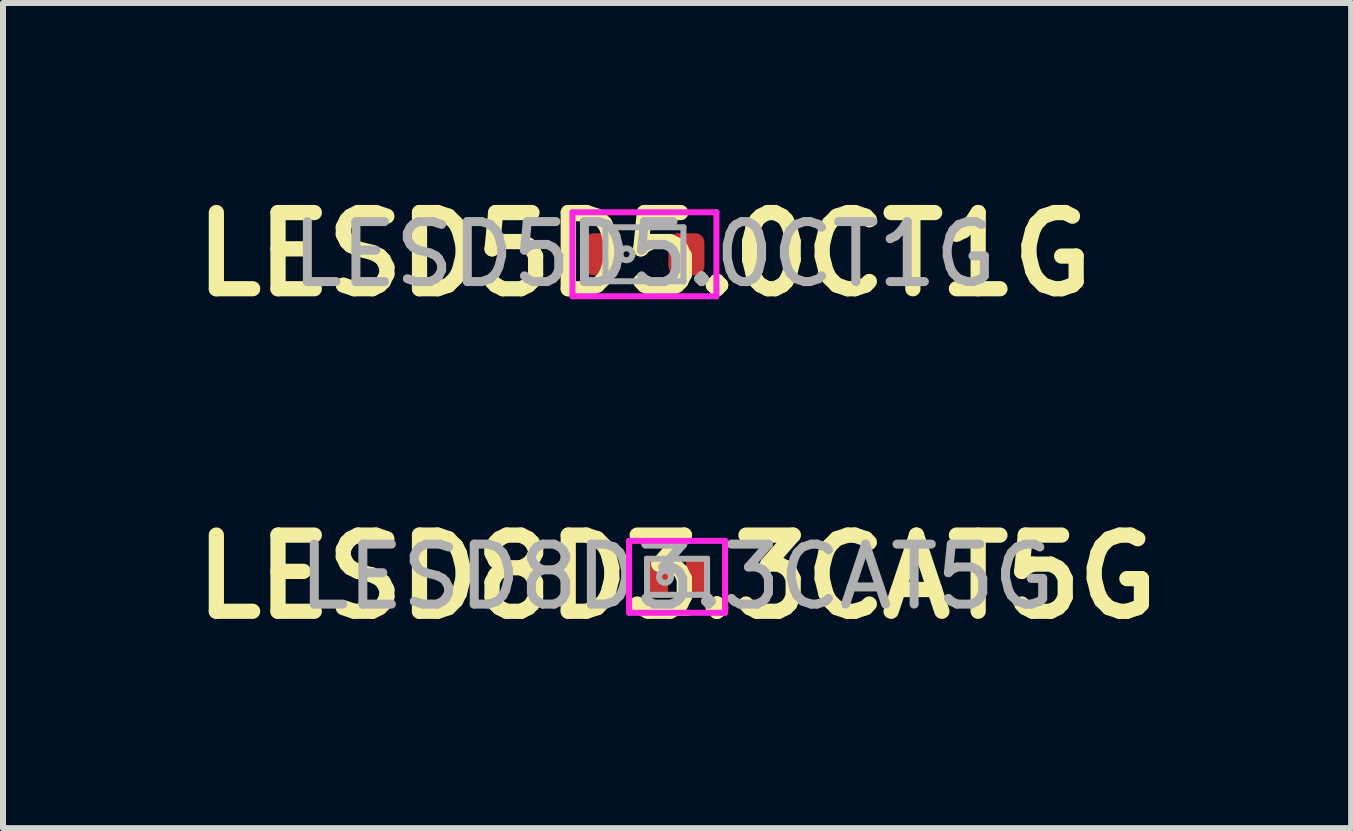
<source format=kicad_pcb>
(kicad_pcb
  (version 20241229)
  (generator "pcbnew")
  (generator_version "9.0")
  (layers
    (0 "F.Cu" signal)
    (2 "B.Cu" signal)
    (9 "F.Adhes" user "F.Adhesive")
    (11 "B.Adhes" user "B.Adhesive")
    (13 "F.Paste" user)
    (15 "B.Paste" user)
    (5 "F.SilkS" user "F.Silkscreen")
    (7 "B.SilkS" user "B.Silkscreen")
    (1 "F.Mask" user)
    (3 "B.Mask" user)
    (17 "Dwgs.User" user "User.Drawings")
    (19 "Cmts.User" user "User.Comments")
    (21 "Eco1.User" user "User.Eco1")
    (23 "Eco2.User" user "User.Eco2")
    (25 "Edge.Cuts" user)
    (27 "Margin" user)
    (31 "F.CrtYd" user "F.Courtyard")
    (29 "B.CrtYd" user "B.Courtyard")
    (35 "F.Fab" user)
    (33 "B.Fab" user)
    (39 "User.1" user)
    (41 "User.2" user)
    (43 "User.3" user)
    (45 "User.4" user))
  (footprint "LESD8D3.3CAT5G"
    (layer "F.Cu")
    (at 8.237 6.566)
    (property "Reference" "LESD8D3.3CAT5G" (at 0 0 0) (layer "F.SilkS") (effects (font (size 1.27 1.27) (thickness 0.254) (bold yes))))
    (attr smd)
    (fp_line (start -0.8 -0.2) (end -0.8 0.2) (stroke (width 0.1) (type default)) (layer "F.SilkS"))
    (fp_line (start -0.2 -0.6) (end 0.2 -0.6) (stroke (width 0.1) (type default)) (layer "F.SilkS"))
    (fp_line (start -0.2 0.6) (end 0.2 0.6) (stroke (width 0.1) (type default)) (layer "F.SilkS"))
    (fp_line (start -0.8 -0.6) (end -0.8 0.6) (stroke (width 0.1) (type solid)) (layer "F.CrtYd"))
    (fp_line (start -0.8 -0.6) (end 0.8 -0.6) (stroke (width 0.1) (type solid)) (layer "F.CrtYd"))
    (fp_line (start 0.8 -0.6) (end 0.8 0.6) (stroke (width 0.1) (type solid)) (layer "F.CrtYd"))
    (fp_line (start 0.8 0.6) (end -0.8 0.6) (stroke (width 0.1) (type solid)) (layer "F.CrtYd"))
    (fp_line (start -0.5 -0.3) (end 0.5 -0.3) (stroke (width 0.1) (type solid)) (layer "F.Fab"))
    (fp_line (start -0.5 0.3) (end -0.5 -0.3) (stroke (width 0.1) (type solid)) (layer "F.Fab"))
    (fp_line (start 0.5 -0.3) (end 0.5 0.3) (stroke (width 0.1) (type solid)) (layer "F.Fab"))
    (fp_line (start 0.5 0.3) (end -0.5 0.3) (stroke (width 0.1) (type solid)) (layer "F.Fab"))
    (fp_circle (center -0.2 0) (end -0.1 0) (stroke (width 0.1) (type default)) (fill no) (layer "F.Fab"))
    (fp_text user "${REFERENCE}" (at 0 0 0) (layer "F.Fab") (effects (font (size 1 1) (thickness 0.15))))
    (pad "" smd roundrect (at -0.35 0) (size 0.3 0.6) (layers "F.Paste") (roundrect_rratio 0.167))
    (pad "" smd roundrect (at 0.35 0) (size 0.3 0.6) (layers "F.Paste") (roundrect_rratio 0.167))
    (pad "1" smd rect (at -0.35 0) (size 0.4 0.7) (layers "F.Cu" "F.Mask"))
    (pad "2" smd rect (at 0.35 0) (size 0.4 0.7) (layers "F.Cu" "F.Mask")))
  (footprint "LESD5D5.0CT1G"
    (layer "F.Cu")
    (at 7.693 1.189)
    (property "Reference" "LESD5D5.0CT1G" (at 0 0 0) (layer "F.SilkS") (effects (font (size 1.27 1.27) (thickness 0.254) (bold yes))))
    (attr smd)
    (fp_line (start -1.2 -0.6) (end -1.2 0.6) (stroke (width 0.1) (type default)) (layer "F.SilkS"))
    (fp_line (start -1.2 -0.6) (end -0.9 -0.6) (stroke (width 0.1) (type default)) (layer "F.SilkS"))
    (fp_line (start -1.2 0.6) (end -0.9 0.6) (stroke (width 0.1) (type default)) (layer "F.SilkS"))
    (fp_line (start -1.2 -0.7) (end 1.2 -0.7) (stroke (width 0.1) (type solid)) (layer "F.CrtYd"))
    (fp_line (start -1.2 0.7) (end -1.2 -0.7) (stroke (width 0.1) (type solid)) (layer "F.CrtYd"))
    (fp_line (start 1.2 -0.7) (end 1.2 0.7) (stroke (width 0.1) (type solid)) (layer "F.CrtYd"))
    (fp_line (start 1.2 0.7) (end -1.2 0.7) (stroke (width 0.1) (type solid)) (layer "F.CrtYd"))
    (fp_line (start -0.65 -0.45) (end 0.65 -0.45) (stroke (width 0.1) (type solid)) (layer "F.Fab"))
    (fp_line (start -0.65 0.45) (end -0.65 -0.45) (stroke (width 0.1) (type solid)) (layer "F.Fab"))
    (fp_line (start 0.65 -0.45) (end 0.65 0.45) (stroke (width 0.1) (type solid)) (layer "F.Fab"))
    (fp_line (start 0.65 0.45) (end -0.65 0.45) (stroke (width 0.1) (type solid)) (layer "F.Fab"))
    (fp_circle (center -0.3 0) (end -0.2 0) (stroke (width 0.1) (type default)) (fill no) (layer "F.Fab"))
    (fp_text user "${REFERENCE}" (at 0 0 0) (layer "F.Fab") (effects (font (size 1 1) (thickness 0.15))))
    (pad "1" smd roundrect (at -0.7 0 180) (size 0.6 0.7) (layers "F.Cu" "F.Mask" "F.Paste") (roundrect_rratio 0.25))
    (pad "2" smd roundrect (at 0.7 0 180) (size 0.6 0.7) (layers "F.Cu" "F.Mask" "F.Paste") (roundrect_rratio 0.25)))
  (gr_rect
    (start -3 -3)
    (end 19.474 10.755)
    (stroke (width 0.1) (type default))
    (fill no)
    (layer "Edge.Cuts")))
</source>
